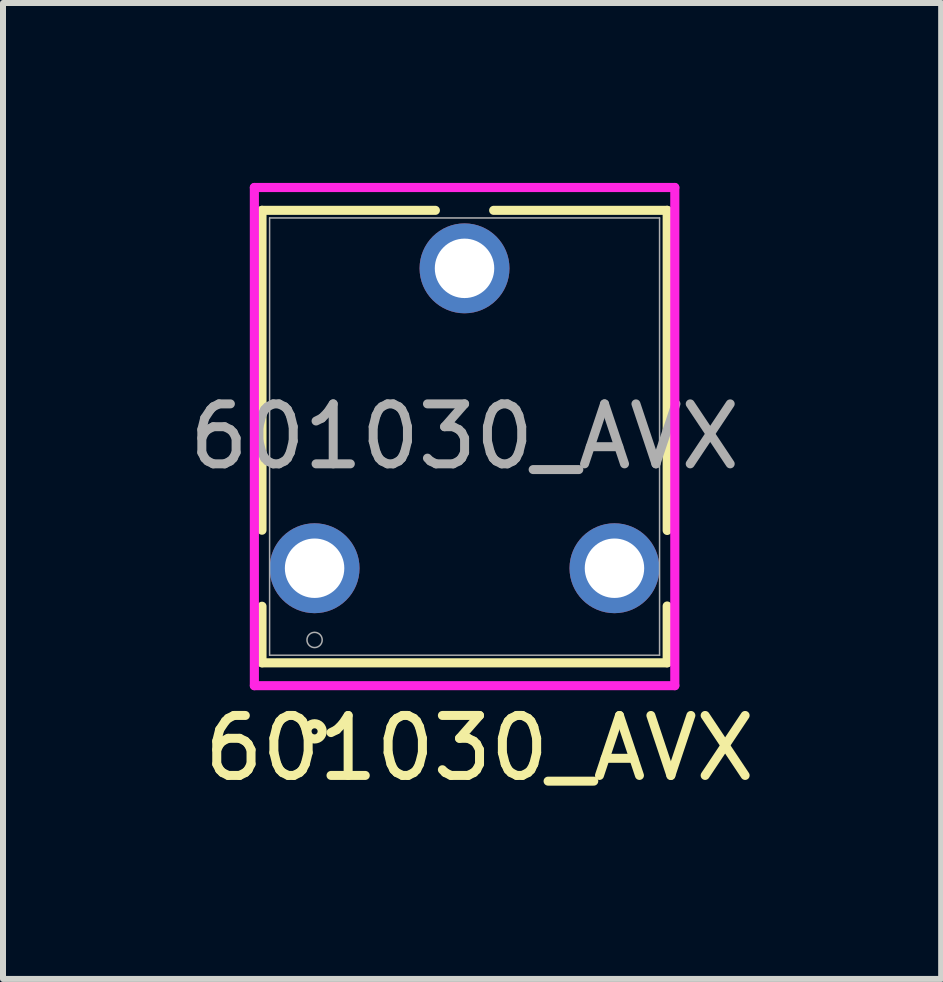
<source format=kicad_pcb>
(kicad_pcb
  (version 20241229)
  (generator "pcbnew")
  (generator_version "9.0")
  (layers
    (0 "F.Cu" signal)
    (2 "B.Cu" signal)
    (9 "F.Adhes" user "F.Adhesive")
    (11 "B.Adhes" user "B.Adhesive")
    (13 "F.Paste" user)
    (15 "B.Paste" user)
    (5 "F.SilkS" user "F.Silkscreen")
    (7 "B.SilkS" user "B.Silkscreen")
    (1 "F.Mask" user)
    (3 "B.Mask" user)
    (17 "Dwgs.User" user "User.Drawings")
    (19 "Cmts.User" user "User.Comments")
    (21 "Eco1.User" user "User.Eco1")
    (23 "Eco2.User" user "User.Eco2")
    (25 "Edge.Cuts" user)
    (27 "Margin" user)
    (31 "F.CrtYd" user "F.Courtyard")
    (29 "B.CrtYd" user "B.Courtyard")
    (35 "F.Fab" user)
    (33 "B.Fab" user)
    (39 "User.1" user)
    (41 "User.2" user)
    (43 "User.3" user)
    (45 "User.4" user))
  (footprint "601030_AVX"
    (layer "F.Cu")
    (at 2.195 6.424)
    (property "Reference" "601030_AVX" (at 2.75 3 0) (unlocked yes) (layer "F.SilkS") (effects (font (size 1 1) (thickness 0.15))))
    (attr through_hole)
    (fp_line (start -0.877 -5.967) (end -0.877 -0.634) (stroke (width 0.152) (type solid)) (layer "F.SilkS"))
    (fp_line (start -0.877 0.634) (end -0.877 1.577) (stroke (width 0.152) (type solid)) (layer "F.SilkS"))
    (fp_line (start -0.877 1.577) (end 5.879 1.577) (stroke (width 0.152) (type solid)) (layer "F.SilkS"))
    (fp_line (start 2.014 -5.967) (end -0.877 -5.967) (stroke (width 0.152) (type solid)) (layer "F.SilkS"))
    (fp_line (start 5.879 -5.967) (end 2.986 -5.967) (stroke (width 0.152) (type solid)) (layer "F.SilkS"))
    (fp_line (start 5.879 -0.63) (end 5.879 -5.967) (stroke (width 0.152) (type solid)) (layer "F.SilkS"))
    (fp_line (start 5.879 1.577) (end 5.879 0.63) (stroke (width 0.152) (type solid)) (layer "F.SilkS"))
    (fp_circle (center 0 2.72) (end 0.127 2.72) (stroke (width 0.152) (type solid)) (fill no) (layer "F.SilkS"))
    (fp_line (start -1.004 -6.348) (end 6.006 -6.348) (stroke (width 0.152) (type solid)) (layer "F.CrtYd"))
    (fp_line (start -1.004 1.958) (end -1.004 -6.348) (stroke (width 0.152) (type solid)) (layer "F.CrtYd"))
    (fp_line (start 6.006 -6.348) (end 6.006 1.958) (stroke (width 0.152) (type solid)) (layer "F.CrtYd"))
    (fp_line (start 6.006 1.958) (end -1.004 1.958) (stroke (width 0.152) (type solid)) (layer "F.CrtYd"))
    (fp_line (start -0.75 -5.84) (end -0.75 1.45) (stroke (width 0.025) (type solid)) (layer "F.Fab"))
    (fp_line (start -0.75 1.45) (end 5.752 1.45) (stroke (width 0.025) (type solid)) (layer "F.Fab"))
    (fp_line (start 5.752 -5.84) (end -0.75 -5.84) (stroke (width 0.025) (type solid)) (layer "F.Fab"))
    (fp_line (start 5.752 1.45) (end 5.752 -5.84) (stroke (width 0.025) (type solid)) (layer "F.Fab"))
    (fp_circle (center 0 1.196) (end 0.127 1.196) (stroke (width 0.025) (type solid)) (fill no) (layer "F.Fab"))
    (fp_text user "${REFERENCE}" (at 2.501 -2.195 0) (unlocked yes) (layer "F.Fab") (effects (font (size 1 1) (thickness 0.15))))
    (pad "1" thru_hole circle (at 0 0) (size 1.499 1.499) (drill 0.991) (layers "*.Cu" "*.Mask"))
    (pad "2" thru_hole circle (at 2.5 -5) (size 1.499 1.499) (drill 0.991) (layers "*.Cu" "*.Mask"))
    (pad "3" thru_hole circle (at 5 0) (size 1.499 1.499) (drill 0.991) (layers "*.Cu" "*.Mask")))
  (gr_rect
    (start -3 -3)
    (end 12.642 13.272)
    (stroke (width 0.1) (type default))
    (fill no)
    (layer "Edge.Cuts")))
</source>
